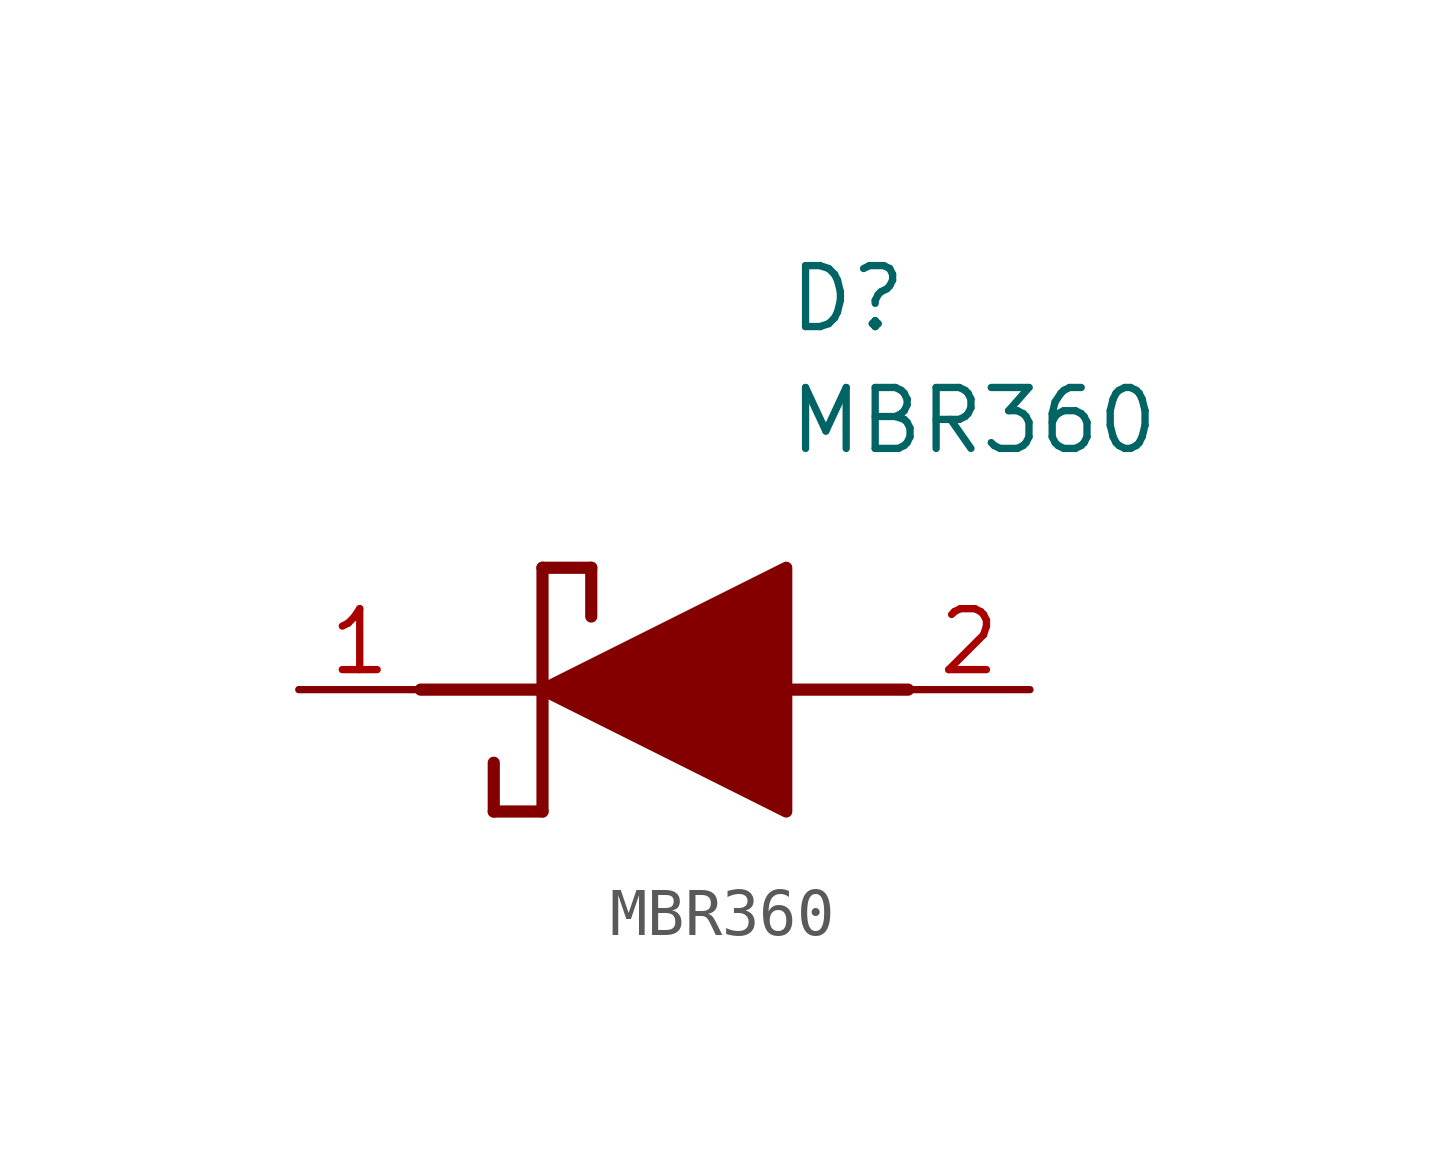
<source format=kicad_sym>
(kicad_symbol_lib
  (version 20211014)
  (generator SamacSys_ECAD_Model)
  (symbol "MBR360"
    (pin_names hide)
    (property "Reference" "D"
      (at 12.7 8.89 0)
      (effects (font (size 1.27 1.27)) (justify left top)))
    (property "Value" "MBR360"
      (at 12.7 6.35 0)
      (effects (font (size 1.27 1.27)) (justify left top)))
    (polyline
      (pts (xy 7.62 2.54) (xy 7.62 -2.54))
      (stroke (width 0.254) (type default))
      (fill (type none)))
    (polyline
      (pts (xy 7.62 2.54) (xy 8.636 2.54))
      (stroke (width 0.254) (type default))
      (fill (type none)))
    (polyline
      (pts (xy 8.636 1.524) (xy 8.636 2.54))
      (stroke (width 0.254) (type default))
      (fill (type none)))
    (polyline
      (pts (xy 7.62 -2.54) (xy 6.604 -2.54))
      (stroke (width 0.254) (type default))
      (fill (type none)))
    (polyline
      (pts (xy 6.604 -1.524) (xy 6.604 -2.54))
      (stroke (width 0.254) (type default))
      (fill (type none)))
    (polyline
      (pts (xy 5.08 0) (xy 7.62 0))
      (stroke (width 0.254) (type default))
      (fill (type none)))
    (polyline
      (pts (xy 12.7 0) (xy 15.24 0))
      (stroke (width 0.254) (type default))
      (fill (type none)))
    (polyline
      (pts (xy 7.62 0) (xy 12.7 2.54) (xy 12.7 -2.54) (xy 7.62 0))
      (stroke (width 0.254) (type default))
      (fill (type outline)))
    (pin passive line
      (at 2.54 0 0)
      (length 2.54)
      (name "K" (effects (font (size 1.27 1.27))))
      (number "1" (effects (font (size 1.27 1.27)))))
    (pin passive line
      (at 17.78 0 180)
      (length 2.54)
      (name "A" (effects (font (size 1.27 1.27))))
      (number "2" (effects (font (size 1.27 1.27)))))))
</source>
